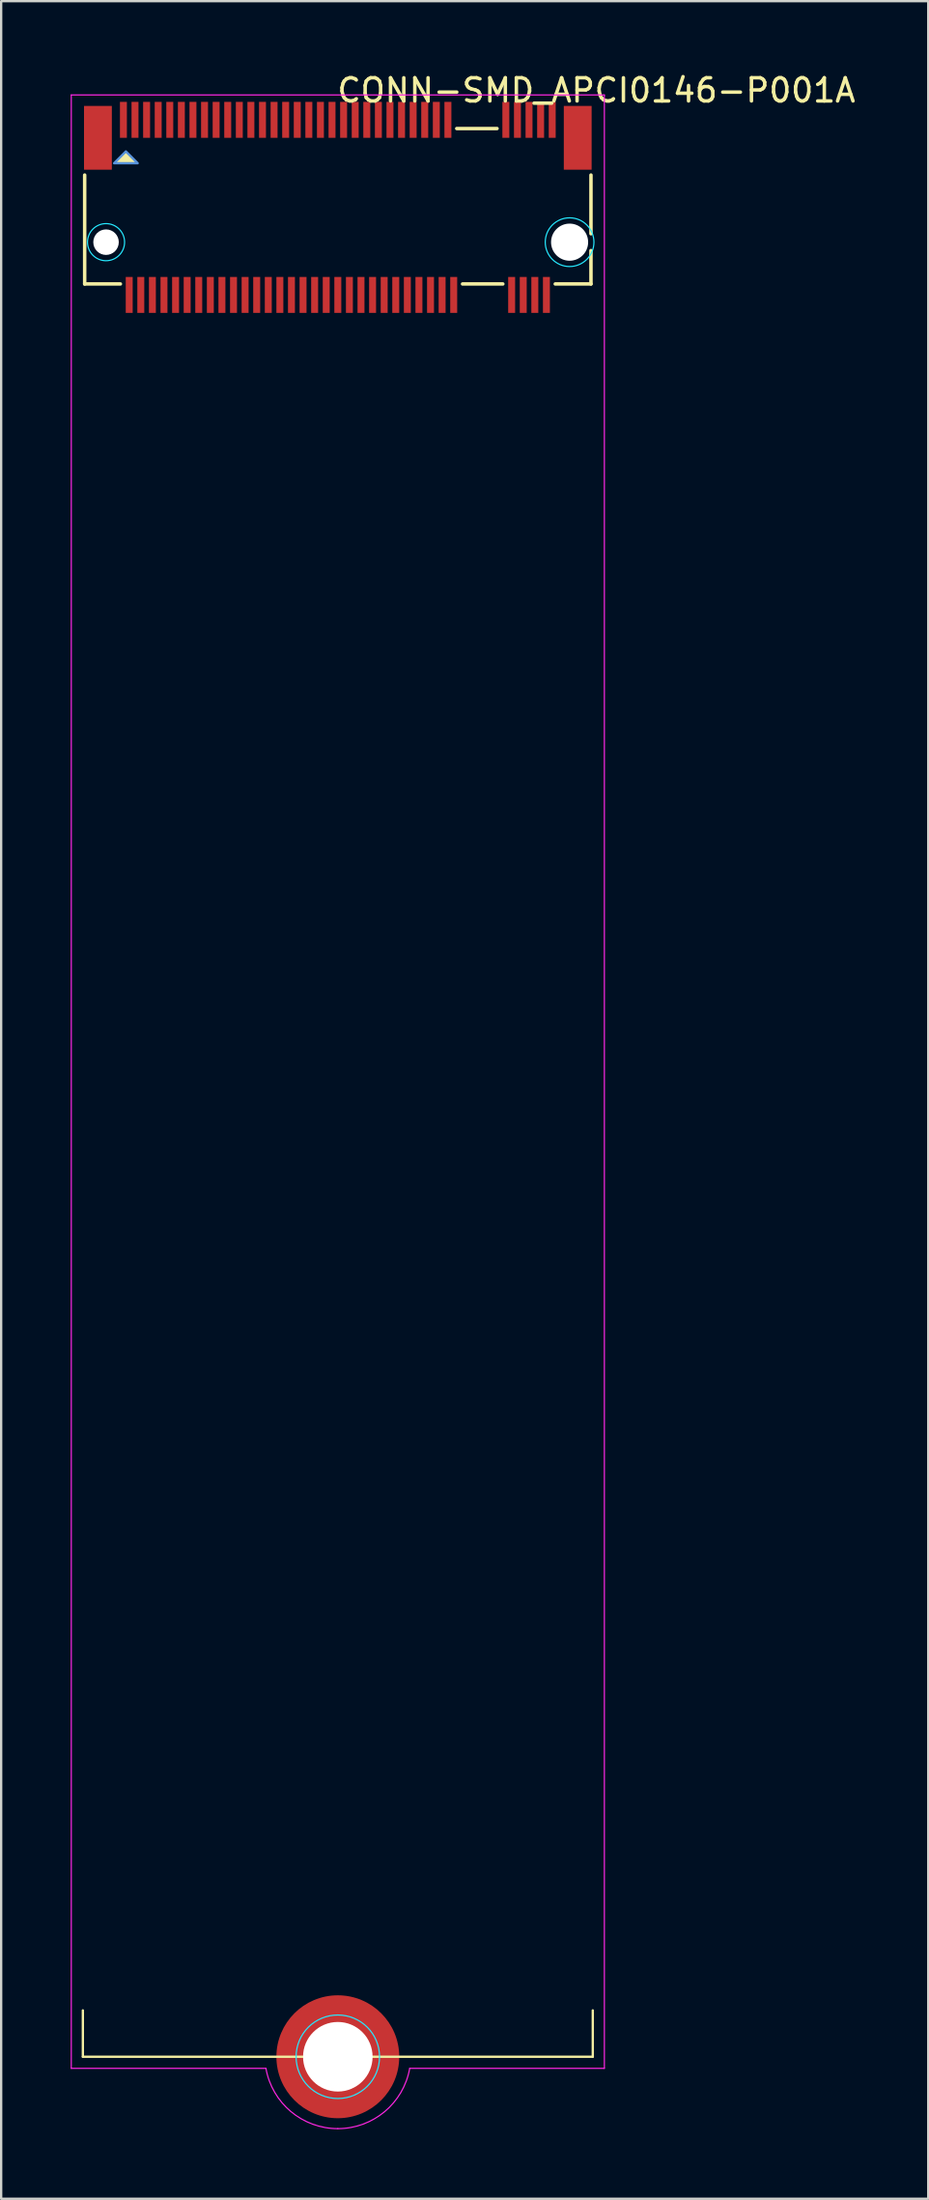
<source format=kicad_pcb>
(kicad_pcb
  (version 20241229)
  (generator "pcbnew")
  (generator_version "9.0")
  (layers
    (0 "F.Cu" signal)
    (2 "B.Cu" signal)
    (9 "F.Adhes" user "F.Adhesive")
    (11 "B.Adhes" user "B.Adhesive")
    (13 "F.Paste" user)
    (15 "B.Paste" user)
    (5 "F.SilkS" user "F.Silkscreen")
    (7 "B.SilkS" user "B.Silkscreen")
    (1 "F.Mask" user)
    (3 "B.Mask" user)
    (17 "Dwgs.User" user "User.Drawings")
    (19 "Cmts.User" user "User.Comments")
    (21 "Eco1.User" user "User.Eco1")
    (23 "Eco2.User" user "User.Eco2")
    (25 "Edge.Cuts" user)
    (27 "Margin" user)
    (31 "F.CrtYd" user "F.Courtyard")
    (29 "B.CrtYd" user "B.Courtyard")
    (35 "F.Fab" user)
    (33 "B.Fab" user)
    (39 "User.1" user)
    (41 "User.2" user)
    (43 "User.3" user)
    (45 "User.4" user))
  (footprint "CONN-SMD_APCI0146-P001A"
    (layer "F.Cu")
    (at 11.525 5.893)
    (property "Reference" "CONN-SMD_APCI0146-P001A" (at -0.11 -5.045 0) (layer "F.SilkS") (effects (font (size 1 1) (thickness 0.15)) (justify left)))
    (attr smd)
    (fp_line (start -11 79.75) (end -11 77.75) (stroke (width 0.1) (type default)) (layer "F.SilkS"))
    (fp_line (start -11 79.75) (end 11 79.75) (stroke (width 0.1) (type default)) (layer "F.SilkS"))
    (fp_line (start -10.922 3.302) (end -10.922 -1.394) (stroke (width 0.15) (type solid)) (layer "F.SilkS"))
    (fp_line (start -9.381 3.302) (end -10.922 3.302) (stroke (width 0.15) (type solid)) (layer "F.SilkS"))
    (fp_line (start 5.131 -3.4) (end 6.869 -3.4) (stroke (width 0.15) (type solid)) (layer "F.SilkS"))
    (fp_line (start 7.119 3.302) (end 5.381 3.302) (stroke (width 0.15) (type solid)) (layer "F.SilkS"))
    (fp_line (start 10.922 -1.394) (end 10.922 1.136) (stroke (width 0.15) (type solid)) (layer "F.SilkS"))
    (fp_line (start 10.922 1.864) (end 10.922 3.302) (stroke (width 0.15) (type solid)) (layer "F.SilkS"))
    (fp_line (start 10.922 3.302) (end 9.381 3.302) (stroke (width 0.15) (type solid)) (layer "F.SilkS"))
    (fp_line (start 11 79.75) (end 11 77.75) (stroke (width 0.1) (type default)) (layer "F.SilkS"))
    (fp_poly (pts (xy -9.144 -2.413) (xy -9.652 -1.905) (xy -8.636 -1.905)) (stroke (width 0) (type solid)) (fill yes) (layer "F.SilkS"))
    (fp_poly (pts (xy -9.144 -2.413) (xy -9.652 -1.905) (xy -8.636 -1.905)) (stroke (width 0.1) (type solid)) (fill no) (layer "Cmts.User"))
    (fp_circle (center -10 1.5) (end -9.2 1.5) (stroke (width 0.05) (type default)) (fill no) (layer "B.CrtYd"))
    (fp_circle (center 0 79.75) (end 1.8 79.75) (stroke (width 0.05) (type default)) (fill no) (layer "B.CrtYd"))
    (fp_circle (center 10 1.5) (end 11.05 1.5) (stroke (width 0.05) (type default)) (fill no) (layer "B.CrtYd"))
    (fp_line (start -11.5 -4.85) (end 11.5 -4.85) (stroke (width 0.05) (type default)) (layer "F.CrtYd"))
    (fp_line (start -11.5 80.25) (end -11.5 -4.85) (stroke (width 0.05) (type default)) (layer "F.CrtYd"))
    (fp_line (start -3.102 80.25) (end -11.5 80.25) (stroke (width 0.05) (type default)) (layer "F.CrtYd"))
    (fp_line (start 11.5 -4.85) (end 11.5 80.25) (stroke (width 0.05) (type default)) (layer "F.CrtYd"))
    (fp_line (start 11.5 80.25) (end 3.102 80.25) (stroke (width 0.05) (type default)) (layer "F.CrtYd"))
    (fp_arc (start 0 82.85) (mid -2.023503 82.114112) (end -3.101563 80.250277) (stroke (width 0.05) (type default)) (layer "F.CrtYd"))
    (fp_arc (start 3.101563 80.250277) (mid 2.023503 82.114112) (end 0 82.85) (stroke (width 0.05) (type default)) (layer "F.CrtYd"))
    (pad "" np_thru_hole circle (at -10 1.5) (size 1.1 1.1) (drill 1.1) (layers "*.Cu" "*.Mask"))
    (pad "" np_thru_hole circle (at 0 79.75 180) (size 5.3 5.3) (drill 3) (layers "F.Cu" "F.Mask"))
    (pad "" np_thru_hole circle (at 10 1.5) (size 1.6 1.6) (drill 1.6) (layers "*.Cu" "*.Mask"))
    (pad "1" smd rect (at -10.35 -3) (size 1.2 2.75) (layers "F.Cu" "F.Mask" "F.Paste"))
    (pad "1" smd rect (at -9.25 -3.775) (size 0.3 1.55) (layers "F.Cu" "F.Mask" "F.Paste"))
    (pad "1" smd rect (at 10.35 -3) (size 1.2 2.75) (layers "F.Cu" "F.Mask" "F.Paste"))
    (pad "2" smd rect (at -9 3.775) (size 0.3 1.55) (layers "F.Cu" "F.Mask" "F.Paste"))
    (pad "3" smd rect (at -8.75 -3.775) (size 0.3 1.55) (layers "F.Cu" "F.Mask" "F.Paste"))
    (pad "4" smd rect (at -8.5 3.775) (size 0.3 1.55) (layers "F.Cu" "F.Mask" "F.Paste"))
    (pad "5" smd rect (at -8.25 -3.775) (size 0.3 1.55) (layers "F.Cu" "F.Mask" "F.Paste"))
    (pad "6" smd rect (at -8 3.775) (size 0.3 1.55) (layers "F.Cu" "F.Mask" "F.Paste"))
    (pad "7" smd rect (at -7.75 -3.775) (size 0.3 1.55) (layers "F.Cu" "F.Mask" "F.Paste"))
    (pad "8" smd rect (at -7.5 3.775) (size 0.3 1.55) (layers "F.Cu" "F.Mask" "F.Paste"))
    (pad "9" smd rect (at -7.25 -3.775) (size 0.3 1.55) (layers "F.Cu" "F.Mask" "F.Paste"))
    (pad "10" smd rect (at -7 3.775) (size 0.3 1.55) (layers "F.Cu" "F.Mask" "F.Paste"))
    (pad "11" smd rect (at -6.75 -3.775) (size 0.3 1.55) (layers "F.Cu" "F.Mask" "F.Paste"))
    (pad "12" smd rect (at -6.5 3.775) (size 0.3 1.55) (layers "F.Cu" "F.Mask" "F.Paste"))
    (pad "13" smd rect (at -6.25 -3.775) (size 0.3 1.55) (layers "F.Cu" "F.Mask" "F.Paste"))
    (pad "14" smd rect (at -6 3.775) (size 0.3 1.55) (layers "F.Cu" "F.Mask" "F.Paste"))
    (pad "15" smd rect (at -5.75 -3.775) (size 0.3 1.55) (layers "F.Cu" "F.Mask" "F.Paste"))
    (pad "16" smd rect (at -5.5 3.775) (size 0.3 1.55) (layers "F.Cu" "F.Mask" "F.Paste"))
    (pad "17" smd rect (at -5.25 -3.775) (size 0.3 1.55) (layers "F.Cu" "F.Mask" "F.Paste"))
    (pad "18" smd rect (at -5 3.775) (size 0.3 1.55) (layers "F.Cu" "F.Mask" "F.Paste"))
    (pad "19" smd rect (at -4.75 -3.775) (size 0.3 1.55) (layers "F.Cu" "F.Mask" "F.Paste"))
    (pad "20" smd rect (at -4.5 3.775) (size 0.3 1.55) (layers "F.Cu" "F.Mask" "F.Paste"))
    (pad "21" smd rect (at -4.25 -3.775) (size 0.3 1.55) (layers "F.Cu" "F.Mask" "F.Paste"))
    (pad "22" smd rect (at -4 3.775) (size 0.3 1.55) (layers "F.Cu" "F.Mask" "F.Paste"))
    (pad "23" smd rect (at -3.75 -3.775) (size 0.3 1.55) (layers "F.Cu" "F.Mask" "F.Paste"))
    (pad "24" smd rect (at -3.5 3.775) (size 0.3 1.55) (layers "F.Cu" "F.Mask" "F.Paste"))
    (pad "25" smd rect (at -3.25 -3.775) (size 0.3 1.55) (layers "F.Cu" "F.Mask" "F.Paste"))
    (pad "26" smd rect (at -3 3.775) (size 0.3 1.55) (layers "F.Cu" "F.Mask" "F.Paste"))
    (pad "27" smd rect (at -2.75 -3.775) (size 0.3 1.55) (layers "F.Cu" "F.Mask" "F.Paste"))
    (pad "28" smd rect (at -2.5 3.775) (size 0.3 1.55) (layers "F.Cu" "F.Mask" "F.Paste"))
    (pad "29" smd rect (at -2.25 -3.775) (size 0.3 1.55) (layers "F.Cu" "F.Mask" "F.Paste"))
    (pad "30" smd rect (at -2 3.775) (size 0.3 1.55) (layers "F.Cu" "F.Mask" "F.Paste"))
    (pad "31" smd rect (at -1.75 -3.775) (size 0.3 1.55) (layers "F.Cu" "F.Mask" "F.Paste"))
    (pad "32" smd rect (at -1.5 3.775) (size 0.3 1.55) (layers "F.Cu" "F.Mask" "F.Paste"))
    (pad "33" smd rect (at -1.25 -3.775) (size 0.3 1.55) (layers "F.Cu" "F.Mask" "F.Paste"))
    (pad "34" smd rect (at -1 3.775) (size 0.3 1.55) (layers "F.Cu" "F.Mask" "F.Paste"))
    (pad "35" smd rect (at -0.75 -3.775) (size 0.3 1.55) (layers "F.Cu" "F.Mask" "F.Paste"))
    (pad "36" smd rect (at -0.5 3.775) (size 0.3 1.55) (layers "F.Cu" "F.Mask" "F.Paste"))
    (pad "37" smd rect (at -0.25 -3.775) (size 0.3 1.55) (layers "F.Cu" "F.Mask" "F.Paste"))
    (pad "38" smd rect (at 0 3.775) (size 0.3 1.55) (layers "F.Cu" "F.Mask" "F.Paste"))
    (pad "39" smd rect (at 0.25 -3.775) (size 0.3 1.55) (layers "F.Cu" "F.Mask" "F.Paste"))
    (pad "40" smd rect (at 0.5 3.775) (size 0.3 1.55) (layers "F.Cu" "F.Mask" "F.Paste"))
    (pad "41" smd rect (at 0.75 -3.775) (size 0.3 1.55) (layers "F.Cu" "F.Mask" "F.Paste"))
    (pad "42" smd rect (at 1 3.775) (size 0.3 1.55) (layers "F.Cu" "F.Mask" "F.Paste"))
    (pad "43" smd rect (at 1.25 -3.775) (size 0.3 1.55) (layers "F.Cu" "F.Mask" "F.Paste"))
    (pad "44" smd rect (at 1.5 3.775) (size 0.3 1.55) (layers "F.Cu" "F.Mask" "F.Paste"))
    (pad "45" smd rect (at 1.75 -3.775) (size 0.3 1.55) (layers "F.Cu" "F.Mask" "F.Paste"))
    (pad "46" smd rect (at 2 3.775) (size 0.3 1.55) (layers "F.Cu" "F.Mask" "F.Paste"))
    (pad "47" smd rect (at 2.25 -3.775) (size 0.3 1.55) (layers "F.Cu" "F.Mask" "F.Paste"))
    (pad "48" smd rect (at 2.5 3.775) (size 0.3 1.55) (layers "F.Cu" "F.Mask" "F.Paste"))
    (pad "49" smd rect (at 2.75 -3.775) (size 0.3 1.55) (layers "F.Cu" "F.Mask" "F.Paste"))
    (pad "50" smd rect (at 3 3.775) (size 0.3 1.55) (layers "F.Cu" "F.Mask" "F.Paste"))
    (pad "51" smd rect (at 3.25 -3.775) (size 0.3 1.55) (layers "F.Cu" "F.Mask" "F.Paste"))
    (pad "52" smd rect (at 3.5 3.775) (size 0.3 1.55) (layers "F.Cu" "F.Mask" "F.Paste"))
    (pad "53" smd rect (at 3.75 -3.775) (size 0.3 1.55) (layers "F.Cu" "F.Mask" "F.Paste"))
    (pad "54" smd rect (at 4 3.775) (size 0.3 1.55) (layers "F.Cu" "F.Mask" "F.Paste"))
    (pad "55" smd rect (at 4.25 -3.775) (size 0.3 1.55) (layers "F.Cu" "F.Mask" "F.Paste"))
    (pad "56" smd rect (at 4.5 3.775) (size 0.3 1.55) (layers "F.Cu" "F.Mask" "F.Paste"))
    (pad "57" smd rect (at 4.75 -3.775) (size 0.3 1.55) (layers "F.Cu" "F.Mask" "F.Paste"))
    (pad "58" smd rect (at 5 3.775) (size 0.3 1.55) (layers "F.Cu" "F.Mask" "F.Paste"))
    (pad "67" smd rect (at 7.25 -3.775) (size 0.3 1.55) (layers "F.Cu" "F.Mask" "F.Paste"))
    (pad "68" smd rect (at 7.5 3.775) (size 0.3 1.55) (layers "F.Cu" "F.Mask" "F.Paste"))
    (pad "69" smd rect (at 7.75 -3.775) (size 0.3 1.55) (layers "F.Cu" "F.Mask" "F.Paste"))
    (pad "70" smd rect (at 8 3.775) (size 0.3 1.55) (layers "F.Cu" "F.Mask" "F.Paste"))
    (pad "71" smd rect (at 8.25 -3.775) (size 0.3 1.55) (layers "F.Cu" "F.Mask" "F.Paste"))
    (pad "72" smd rect (at 8.5 3.775) (size 0.3 1.55) (layers "F.Cu" "F.Mask" "F.Paste"))
    (pad "73" smd rect (at 8.75 -3.775) (size 0.3 1.55) (layers "F.Cu" "F.Mask" "F.Paste"))
    (pad "74" smd rect (at 9 3.775) (size 0.3 1.55) (layers "F.Cu" "F.Mask" "F.Paste"))
    (pad "75" smd rect (at 9.25 -3.775) (size 0.3 1.55) (layers "F.Cu" "F.Mask" "F.Paste")))
  (gr_rect
    (start -3 -3)
    (end 36.998 91.768)
    (stroke (width 0.1) (type default))
    (fill no)
    (layer "Edge.Cuts")))
</source>
